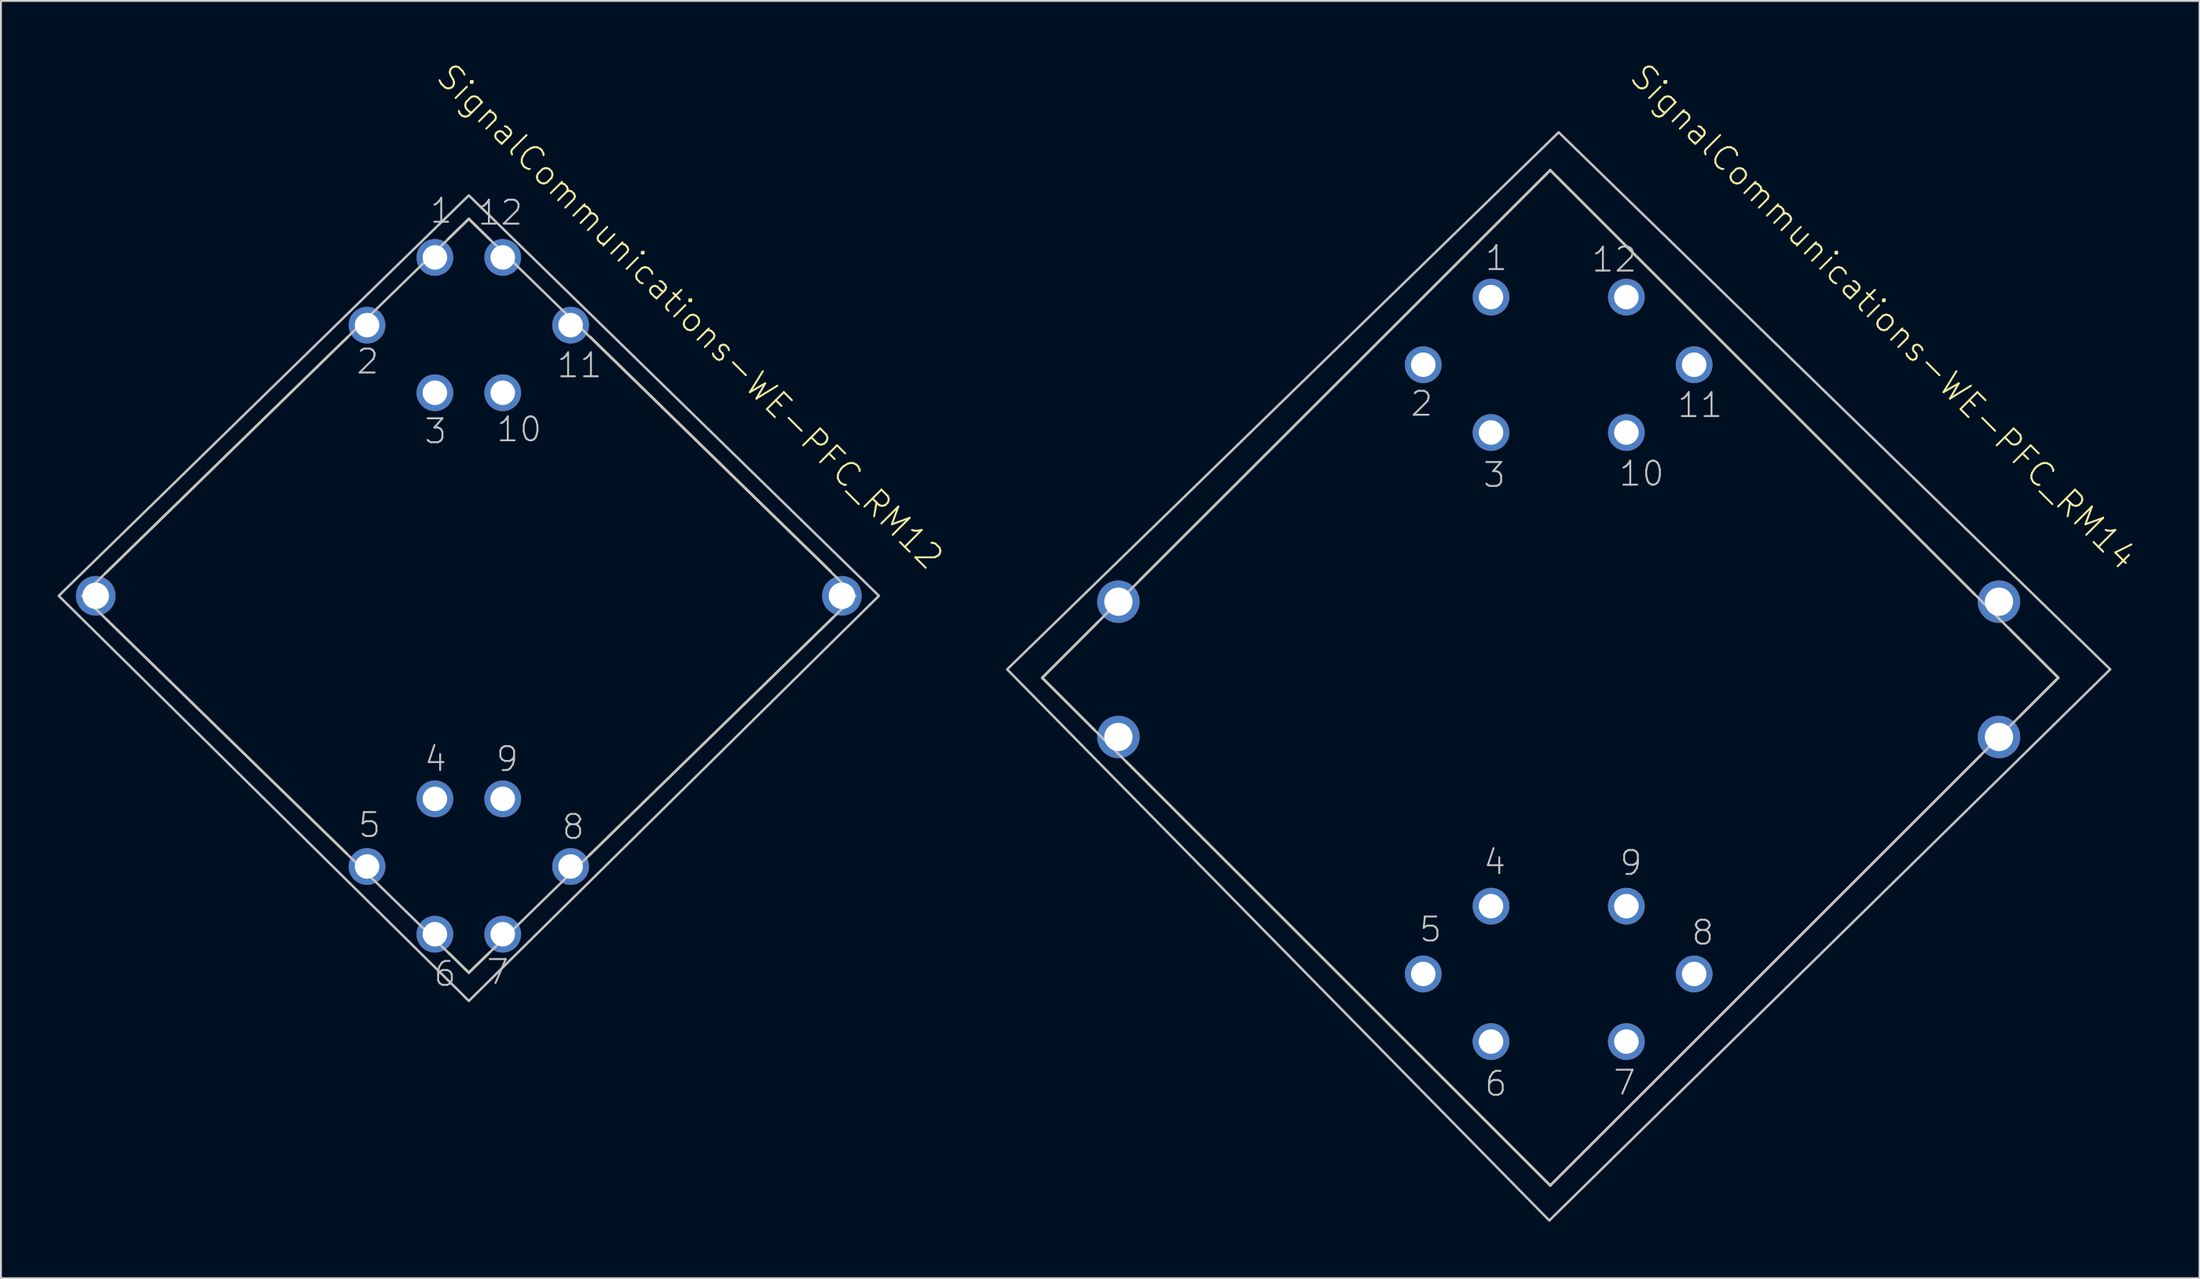
<source format=kicad_pcb>
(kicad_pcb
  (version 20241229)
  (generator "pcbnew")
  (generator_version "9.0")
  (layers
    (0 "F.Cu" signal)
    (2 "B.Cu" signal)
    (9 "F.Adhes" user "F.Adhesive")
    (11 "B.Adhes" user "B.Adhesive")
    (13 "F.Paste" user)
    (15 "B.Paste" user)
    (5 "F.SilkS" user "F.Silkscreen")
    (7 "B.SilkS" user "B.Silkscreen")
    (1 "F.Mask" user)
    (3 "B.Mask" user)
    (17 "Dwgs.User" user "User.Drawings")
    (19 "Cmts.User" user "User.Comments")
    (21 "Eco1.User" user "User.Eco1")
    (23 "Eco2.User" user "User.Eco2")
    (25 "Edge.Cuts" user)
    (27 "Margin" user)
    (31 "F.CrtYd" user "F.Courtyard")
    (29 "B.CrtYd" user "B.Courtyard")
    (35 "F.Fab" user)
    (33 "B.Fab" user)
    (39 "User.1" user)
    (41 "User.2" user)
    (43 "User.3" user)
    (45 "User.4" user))
  (footprint "SignalCommunications-WE-PFC_RM12"
    (layer "F.Cu")
    (at 21.811 28.568)
    (property "Reference" "SignalCommunications-WE-PFC_RM12" (at 11.727 -14.813 315) (layer "F.SilkS") (effects (font (size 1.27 1.27) (thickness 0.102))))
    (attr exclude_from_pos_files exclude_from_bom)
    (fp_line (start -19.228 1.24) (end -6.48 13.678) (stroke (width 0.127) (type solid)) (layer "F.SilkS"))
    (fp_line (start -6.419 -13.739) (end -19.289 -1.179) (stroke (width 0.127) (type solid)) (layer "F.SilkS"))
    (fp_line (start -1.09 -18.948) (end 0 -20) (stroke (width 0.127) (type solid)) (layer "F.SilkS"))
    (fp_line (start -1.059 18.959) (end 0 20) (stroke (width 0.127) (type solid)) (layer "F.SilkS"))
    (fp_line (start 0 -20) (end 1.118 -18.908) (stroke (width 0.127) (type solid)) (layer "F.SilkS"))
    (fp_line (start 0 20) (end 1.079 18.948) (stroke (width 0.127) (type solid)) (layer "F.SilkS"))
    (fp_line (start 6.439 -13.739) (end 19.19 -1.298) (stroke (width 0.127) (type solid)) (layer "F.SilkS"))
    (fp_line (start 19.319 1.148) (end 6.388 13.769) (stroke (width 0.127) (type solid)) (layer "F.SilkS"))
    (fp_line (start -20.498 0) (end 0 -20) (stroke (width 0.127) (type solid)) (layer "Dwgs.User"))
    (fp_line (start 0 -20) (end 20.498 0) (stroke (width 0.127) (type solid)) (layer "Dwgs.User"))
    (fp_line (start 0 20) (end -20.498 0) (stroke (width 0.127) (type solid)) (layer "Dwgs.User"))
    (fp_line (start 20.498 0) (end 0 20) (stroke (width 0.127) (type solid)) (layer "Dwgs.User"))
    (fp_poly (pts (xy 0 -21.25) (xy -21.747 0) (xy -0.498 20.998) (xy 0 21.499) (xy 21.747 0) (xy 0 -21.25)) (stroke (width 0.127) (type solid)) (fill no) (layer "Dwgs.User"))
    (fp_text user "5" (at -5.263 12.164 0) (layer "Dwgs.User") (effects (font (size 1.27 1.27) (thickness 0.102))))
    (fp_text user "11" (at 5.87 -12.233 0) (layer "Dwgs.User") (effects (font (size 1.27 1.27) (thickness 0.102))))
    (fp_text user "4" (at -1.763 8.664 0) (layer "Dwgs.User") (effects (font (size 1.27 1.27) (thickness 0.102))))
    (fp_text user "9" (at 2.035 8.664 0) (layer "Dwgs.User") (effects (font (size 1.27 1.27) (thickness 0.102))))
    (fp_text user "10" (at 2.67 -8.834 0) (layer "Dwgs.User") (effects (font (size 1.27 1.27) (thickness 0.102))))
    (fp_text user "2" (at -5.364 -12.433 0) (layer "Dwgs.User") (effects (font (size 1.27 1.27) (thickness 0.102))))
    (fp_text user "1" (at -1.463 -20.434 0) (layer "Dwgs.User") (effects (font (size 1.27 1.27) (thickness 0.102))))
    (fp_text user "12" (at 1.669 -20.333 0) (layer "Dwgs.User") (effects (font (size 1.27 1.27) (thickness 0.102))))
    (fp_text user "7" (at 1.534 19.964 0) (layer "Dwgs.User") (effects (font (size 1.27 1.27) (thickness 0.102))))
    (fp_text user "6" (at -1.265 20.063 0) (layer "Dwgs.User") (effects (font (size 1.27 1.27) (thickness 0.102))))
    (fp_text user "3" (at -1.763 -8.733 0) (layer "Dwgs.User") (effects (font (size 1.27 1.27) (thickness 0.102))))
    (fp_text user "8" (at 5.535 12.263 0) (layer "Dwgs.User") (effects (font (size 1.27 1.27) (thickness 0.102))))
    (pad "1" thru_hole circle (at -1.798 -17.958) (size 1.948 1.948) (drill 1.298) (layers "*.Cu" "*.Paste" "*.Mask"))
    (pad "2" thru_hole circle (at -5.397 -14.364) (size 1.948 1.948) (drill 1.298) (layers "*.Cu" "*.Paste" "*.Mask"))
    (pad "3" thru_hole circle (at -1.798 -10.775) (size 1.948 1.948) (drill 1.298) (layers "*.Cu" "*.Paste" "*.Mask"))
    (pad "4" thru_hole circle (at -1.798 10.775) (size 1.948 1.948) (drill 1.298) (layers "*.Cu" "*.Paste" "*.Mask"))
    (pad "5" thru_hole circle (at -5.397 14.364) (size 1.948 1.948) (drill 1.298) (layers "*.Cu" "*.Paste" "*.Mask"))
    (pad "6" thru_hole circle (at -1.798 17.958) (size 1.948 1.948) (drill 1.298) (layers "*.Cu" "*.Paste" "*.Mask"))
    (pad "7" thru_hole circle (at 1.798 17.958) (size 1.948 1.948) (drill 1.298) (layers "*.Cu" "*.Paste" "*.Mask"))
    (pad "8" thru_hole circle (at 5.397 14.364) (size 1.948 1.948) (drill 1.298) (layers "*.Cu" "*.Paste" "*.Mask"))
    (pad "9" thru_hole circle (at 1.798 10.775) (size 1.948 1.948) (drill 1.298) (layers "*.Cu" "*.Paste" "*.Mask"))
    (pad "10" thru_hole circle (at 1.798 -10.775) (size 1.948 1.948) (drill 1.298) (layers "*.Cu" "*.Paste" "*.Mask"))
    (pad "11" thru_hole circle (at 5.397 -14.364) (size 1.948 1.948) (drill 1.298) (layers "*.Cu" "*.Paste" "*.Mask"))
    (pad "12" thru_hole circle (at 1.798 -17.958) (size 1.948 1.948) (drill 1.298) (layers "*.Cu" "*.Paste" "*.Mask"))
    (pad "T1" thru_hole circle (at -19.784 0) (size 2.098 2.098) (drill 1.4) (layers "*.Cu" "*.Paste" "*.Mask"))
    (pad "T2" thru_hole circle (at 19.784 0) (size 2.098 2.098) (drill 1.4) (layers "*.Cu" "*.Paste" "*.Mask")))
  (footprint "SignalCommunications-WE-PFC_RM14"
    (layer "F.Cu")
    (at 79.605 32.47)
    (property "Reference" "SignalCommunications-WE-PFC_RM14" (at 17.226 -18.715 315) (layer "F.SilkS") (effects (font (size 1.27 1.27) (thickness 0.102))))
    (attr exclude_from_pos_files exclude_from_bom)
    (fp_line (start -27.389 0.45) (end -24.608 3.228) (stroke (width 0.127) (type solid)) (layer "F.SilkS"))
    (fp_line (start -24.43 -2.51) (end -27.389 0.45) (stroke (width 0.127) (type solid)) (layer "F.SilkS"))
    (fp_line (start -22.939 4.889) (end -0.45 27.389) (stroke (width 0.127) (type solid)) (layer "F.SilkS"))
    (fp_line (start -22.21 -4.74) (end -0.45 -26.49) (stroke (width 0.127) (type solid)) (layer "F.SilkS"))
    (fp_line (start -0.45 -26.49) (end 22.078 -3.96) (stroke (width 0.127) (type solid)) (layer "F.SilkS"))
    (fp_line (start -0.45 27.389) (end 22.38 4.559) (stroke (width 0.127) (type solid)) (layer "F.SilkS"))
    (fp_line (start 23.838 -2.21) (end 26.49 0.439) (stroke (width 0.127) (type solid)) (layer "F.SilkS"))
    (fp_line (start 26.49 0.439) (end 26.49 0.45) (stroke (width 0.127) (type solid)) (layer "F.SilkS"))
    (fp_line (start 26.49 0.45) (end 24.43 2.51) (stroke (width 0.127) (type solid)) (layer "F.SilkS"))
    (fp_line (start -27.389 0.447) (end -0.447 -26.49) (stroke (width 0.127) (type solid)) (layer "Dwgs.User"))
    (fp_line (start -0.447 -26.49) (end 26.49 0.447) (stroke (width 0.127) (type solid)) (layer "Dwgs.User"))
    (fp_line (start -0.447 27.389) (end -27.389 0.447) (stroke (width 0.127) (type solid)) (layer "Dwgs.User"))
    (fp_line (start 26.49 0.447) (end -0.447 27.389) (stroke (width 0.127) (type solid)) (layer "Dwgs.User"))
    (fp_poly (pts (xy 0 -28.499) (xy -29.248 0) (xy -0.498 29.248) (xy 29.248 0) (xy 0 -28.499)) (stroke (width 0.127) (type solid)) (fill no) (layer "Dwgs.User"))
    (fp_text user "8" (at 7.643 13.973 0) (layer "Dwgs.User") (effects (font (size 1.27 1.27) (thickness 0.102))))
    (fp_text user "1" (at -3.305 -21.824 0) (layer "Dwgs.User") (effects (font (size 1.27 1.27) (thickness 0.102))))
    (fp_text user "3" (at -3.414 -10.315 0) (layer "Dwgs.User") (effects (font (size 1.27 1.27) (thickness 0.102))))
    (fp_text user "11" (at 7.498 -14.023 0) (layer "Dwgs.User") (effects (font (size 1.27 1.27) (thickness 0.102))))
    (fp_text user "7" (at 3.493 21.933 0) (layer "Dwgs.User") (effects (font (size 1.27 1.27) (thickness 0.102))))
    (fp_text user "6" (at -3.332 21.994 0) (layer "Dwgs.User") (effects (font (size 1.27 1.27) (thickness 0.102))))
    (fp_text user "12" (at 2.949 -21.745 0) (layer "Dwgs.User") (effects (font (size 1.27 1.27) (thickness 0.102))))
    (fp_text user "9" (at 3.833 10.274 0) (layer "Dwgs.User") (effects (font (size 1.27 1.27) (thickness 0.102))))
    (fp_text user "2" (at -7.264 -14.094 0) (layer "Dwgs.User") (effects (font (size 1.27 1.27) (thickness 0.102))))
    (fp_text user "10" (at 4.399 -10.384 0) (layer "Dwgs.User") (effects (font (size 1.27 1.27) (thickness 0.102))))
    (fp_text user "5" (at -6.795 13.805 0) (layer "Dwgs.User") (effects (font (size 1.27 1.27) (thickness 0.102))))
    (fp_text user "4" (at -3.393 10.234 0) (layer "Dwgs.User") (effects (font (size 1.27 1.27) (thickness 0.102))))
    (pad "1" thru_hole circle (at -3.589 -19.754) (size 1.948 1.948) (drill 1.298) (layers "*.Cu" "*.Paste" "*.Mask"))
    (pad "2" thru_hole circle (at -7.183 -16.165) (size 1.948 1.948) (drill 1.298) (layers "*.Cu" "*.Paste" "*.Mask"))
    (pad "3" thru_hole circle (at -3.589 -12.568) (size 1.948 1.948) (drill 1.298) (layers "*.Cu" "*.Paste" "*.Mask"))
    (pad "4" thru_hole circle (at -3.589 12.568) (size 1.948 1.948) (drill 1.298) (layers "*.Cu" "*.Paste" "*.Mask"))
    (pad "5" thru_hole circle (at -7.183 16.165) (size 1.948 1.948) (drill 1.298) (layers "*.Cu" "*.Paste" "*.Mask"))
    (pad "6" thru_hole circle (at -3.589 19.754) (size 1.948 1.948) (drill 1.298) (layers "*.Cu" "*.Paste" "*.Mask"))
    (pad "7" thru_hole circle (at 3.589 19.754) (size 1.948 1.948) (drill 1.298) (layers "*.Cu" "*.Paste" "*.Mask"))
    (pad "8" thru_hole circle (at 7.183 16.165) (size 1.948 1.948) (drill 1.298) (layers "*.Cu" "*.Paste" "*.Mask"))
    (pad "9" thru_hole circle (at 3.589 12.568) (size 1.948 1.948) (drill 1.298) (layers "*.Cu" "*.Paste" "*.Mask"))
    (pad "10" thru_hole circle (at 3.589 -12.568) (size 1.948 1.948) (drill 1.298) (layers "*.Cu" "*.Paste" "*.Mask"))
    (pad "11" thru_hole circle (at 7.183 -16.165) (size 1.948 1.948) (drill 1.298) (layers "*.Cu" "*.Paste" "*.Mask"))
    (pad "12" thru_hole circle (at 3.589 -19.754) (size 1.948 1.948) (drill 1.298) (layers "*.Cu" "*.Paste" "*.Mask"))
    (pad "T1" thru_hole circle (at -23.348 -3.589) (size 2.248 2.248) (drill 1.499) (layers "*.Cu" "*.Paste" "*.Mask"))
    (pad "T2" thru_hole circle (at -23.348 3.589) (size 2.248 2.248) (drill 1.499) (layers "*.Cu" "*.Paste" "*.Mask"))
    (pad "T3" thru_hole circle (at 23.348 3.589) (size 2.248 2.248) (drill 1.499) (layers "*.Cu" "*.Paste" "*.Mask"))
    (pad "T4" thru_hole circle (at 23.348 -3.589) (size 2.248 2.248) (drill 1.499) (layers "*.Cu" "*.Paste" "*.Mask")))
  (gr_rect
    (start -3 -3)
    (end 113.586 64.781)
    (stroke (width 0.1) (type default))
    (fill no)
    (layer "Edge.Cuts")))
</source>
